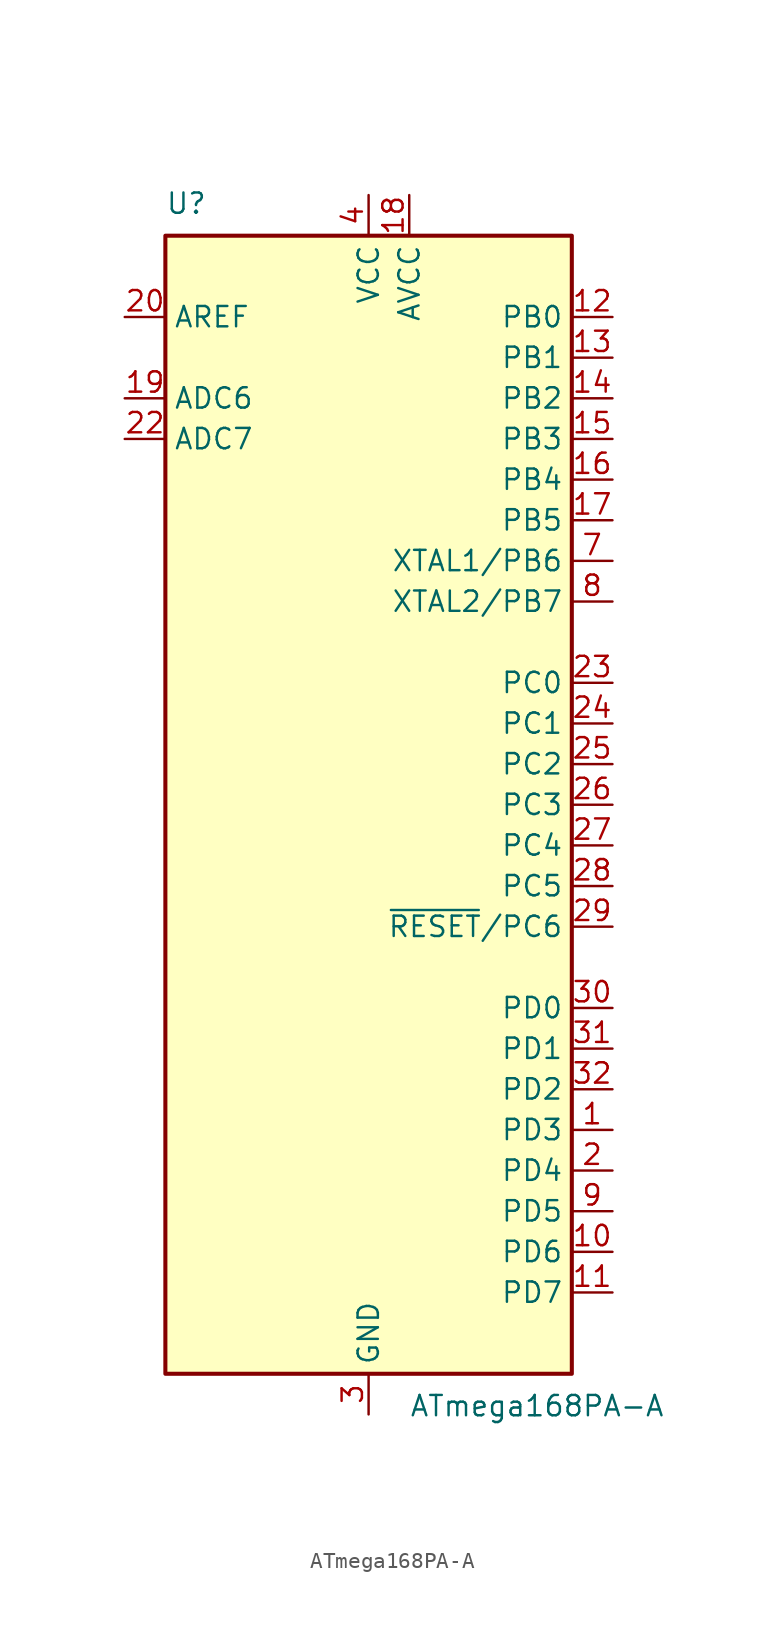
<source format=kicad_sym>
(kicad_symbol_lib
  (version 20220914)
  (generator kicad_symbol_editor)
  (symbol "ATmega168PA-A"
    (property "Reference" "U"
      (at -12.7 36.83 0)
      (effects (font (size 1.27 1.27)) (justify left bottom)))
    (property "Value" "ATmega168PA-A"
      (at 2.54 -36.83 0)
      (effects (font (size 1.27 1.27)) (justify left top)))
    (symbol "ATmega168PA-A_0_1"
      (rectangle (start -12.7 -35.56) (end 12.7 35.56) (stroke (width 0.254) (type default)) (fill (type background))))
    (symbol "ATmega168PA-A_1_1"
      (pin bidirectional line (at 15.24 -20.32 180) (length 2.54) (name "PD3" (effects (font (size 1.27 1.27)))) (number "1" (effects (font (size 1.27 1.27)))))
      (pin bidirectional line (at 15.24 -27.94 180) (length 2.54) (name "PD6" (effects (font (size 1.27 1.27)))) (number "10" (effects (font (size 1.27 1.27)))))
      (pin bidirectional line (at 15.24 -30.48 180) (length 2.54) (name "PD7" (effects (font (size 1.27 1.27)))) (number "11" (effects (font (size 1.27 1.27)))))
      (pin bidirectional line (at 15.24 30.48 180) (length 2.54) (name "PB0" (effects (font (size 1.27 1.27)))) (number "12" (effects (font (size 1.27 1.27)))))
      (pin bidirectional line (at 15.24 27.94 180) (length 2.54) (name "PB1" (effects (font (size 1.27 1.27)))) (number "13" (effects (font (size 1.27 1.27)))))
      (pin bidirectional line (at 15.24 25.4 180) (length 2.54) (name "PB2" (effects (font (size 1.27 1.27)))) (number "14" (effects (font (size 1.27 1.27)))))
      (pin bidirectional line (at 15.24 22.86 180) (length 2.54) (name "PB3" (effects (font (size 1.27 1.27)))) (number "15" (effects (font (size 1.27 1.27)))))
      (pin bidirectional line (at 15.24 20.32 180) (length 2.54) (name "PB4" (effects (font (size 1.27 1.27)))) (number "16" (effects (font (size 1.27 1.27)))))
      (pin bidirectional line (at 15.24 17.78 180) (length 2.54) (name "PB5" (effects (font (size 1.27 1.27)))) (number "17" (effects (font (size 1.27 1.27)))))
      (pin power_in line (at 2.54 38.1 270) (length 2.54) (name "AVCC" (effects (font (size 1.27 1.27)))) (number "18" (effects (font (size 1.27 1.27)))))
      (pin input line (at -15.24 25.4 0) (length 2.54) (name "ADC6" (effects (font (size 1.27 1.27)))) (number "19" (effects (font (size 1.27 1.27)))))
      (pin bidirectional line (at 15.24 -22.86 180) (length 2.54) (name "PD4" (effects (font (size 1.27 1.27)))) (number "2" (effects (font (size 1.27 1.27)))))
      (pin passive line (at -15.24 30.48 0) (length 2.54) (name "AREF" (effects (font (size 1.27 1.27)))) (number "20" (effects (font (size 1.27 1.27)))))
      (pin passive line (at 0 -38.1 90) (length 2.54) hide (name "GND" (effects (font (size 1.27 1.27)))) (number "21" (effects (font (size 1.27 1.27)))))
      (pin input line (at -15.24 22.86 0) (length 2.54) (name "ADC7" (effects (font (size 1.27 1.27)))) (number "22" (effects (font (size 1.27 1.27)))))
      (pin bidirectional line (at 15.24 7.62 180) (length 2.54) (name "PC0" (effects (font (size 1.27 1.27)))) (number "23" (effects (font (size 1.27 1.27)))))
      (pin bidirectional line (at 15.24 5.08 180) (length 2.54) (name "PC1" (effects (font (size 1.27 1.27)))) (number "24" (effects (font (size 1.27 1.27)))))
      (pin bidirectional line (at 15.24 2.54 180) (length 2.54) (name "PC2" (effects (font (size 1.27 1.27)))) (number "25" (effects (font (size 1.27 1.27)))))
      (pin bidirectional line (at 15.24 0 180) (length 2.54) (name "PC3" (effects (font (size 1.27 1.27)))) (number "26" (effects (font (size 1.27 1.27)))))
      (pin bidirectional line (at 15.24 -2.54 180) (length 2.54) (name "PC4" (effects (font (size 1.27 1.27)))) (number "27" (effects (font (size 1.27 1.27)))))
      (pin bidirectional line (at 15.24 -5.08 180) (length 2.54) (name "PC5" (effects (font (size 1.27 1.27)))) (number "28" (effects (font (size 1.27 1.27)))))
      (pin bidirectional line (at 15.24 -7.62 180) (length 2.54) (name "~{RESET}/PC6" (effects (font (size 1.27 1.27)))) (number "29" (effects (font (size 1.27 1.27)))))
      (pin power_in line (at 0 -38.1 90) (length 2.54) (name "GND" (effects (font (size 1.27 1.27)))) (number "3" (effects (font (size 1.27 1.27)))))
      (pin bidirectional line (at 15.24 -12.7 180) (length 2.54) (name "PD0" (effects (font (size 1.27 1.27)))) (number "30" (effects (font (size 1.27 1.27)))))
      (pin bidirectional line (at 15.24 -15.24 180) (length 2.54) (name "PD1" (effects (font (size 1.27 1.27)))) (number "31" (effects (font (size 1.27 1.27)))))
      (pin bidirectional line (at 15.24 -17.78 180) (length 2.54) (name "PD2" (effects (font (size 1.27 1.27)))) (number "32" (effects (font (size 1.27 1.27)))))
      (pin power_in line (at 0 38.1 270) (length 2.54) (name "VCC" (effects (font (size 1.27 1.27)))) (number "4" (effects (font (size 1.27 1.27)))))
      (pin passive line (at 0 -38.1 90) (length 2.54) hide (name "GND" (effects (font (size 1.27 1.27)))) (number "5" (effects (font (size 1.27 1.27)))))
      (pin passive line (at 0 38.1 270) (length 2.54) hide (name "VCC" (effects (font (size 1.27 1.27)))) (number "6" (effects (font (size 1.27 1.27)))))
      (pin bidirectional line (at 15.24 15.24 180) (length 2.54) (name "XTAL1/PB6" (effects (font (size 1.27 1.27)))) (number "7" (effects (font (size 1.27 1.27)))))
      (pin bidirectional line (at 15.24 12.7 180) (length 2.54) (name "XTAL2/PB7" (effects (font (size 1.27 1.27)))) (number "8" (effects (font (size 1.27 1.27)))))
      (pin bidirectional line (at 15.24 -25.4 180) (length 2.54) (name "PD5" (effects (font (size 1.27 1.27)))) (number "9" (effects (font (size 1.27 1.27))))))))
</source>
